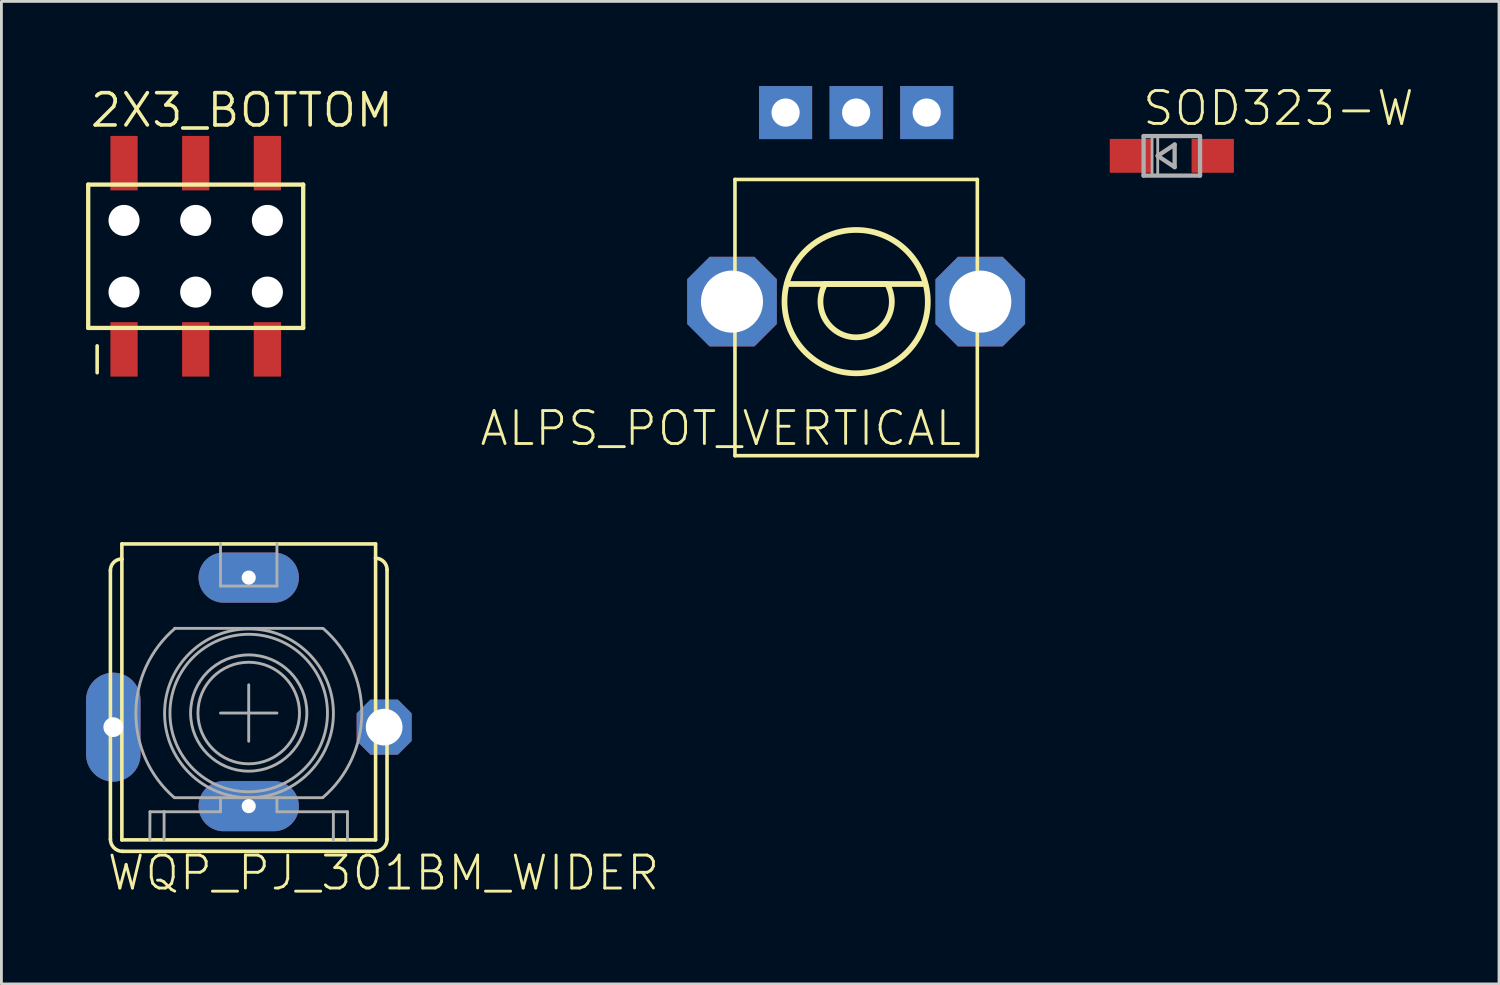
<source format=kicad_pcb>
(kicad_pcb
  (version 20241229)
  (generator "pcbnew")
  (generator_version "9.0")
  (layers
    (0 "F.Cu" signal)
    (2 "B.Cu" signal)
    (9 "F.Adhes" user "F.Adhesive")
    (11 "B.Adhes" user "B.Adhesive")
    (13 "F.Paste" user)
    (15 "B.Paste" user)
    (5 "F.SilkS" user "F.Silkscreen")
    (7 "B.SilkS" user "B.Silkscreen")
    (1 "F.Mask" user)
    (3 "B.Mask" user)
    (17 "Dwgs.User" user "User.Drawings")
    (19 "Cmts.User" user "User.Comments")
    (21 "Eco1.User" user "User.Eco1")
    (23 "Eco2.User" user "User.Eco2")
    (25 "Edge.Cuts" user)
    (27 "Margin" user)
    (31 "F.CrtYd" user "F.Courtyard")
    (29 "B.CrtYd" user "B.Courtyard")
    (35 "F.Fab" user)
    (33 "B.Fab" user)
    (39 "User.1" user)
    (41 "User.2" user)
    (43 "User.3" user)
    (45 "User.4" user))
  (footprint "WQP_PJ_301BM_WIDER"
    (layer "F.Cu")
    (at 5.765 22.221)
    (property "Reference" "WQP_PJ_301BM_WIDER" (at -5.08 6.35 0) (layer "F.SilkS") (effects (font (size 1.168 1.168) (thickness 0.102)) (justify left bottom)))
    (fp_line (start -4.902 4.47) (end -4.902 -5.055) (stroke (width 0.127) (type solid)) (layer "F.SilkS"))
    (fp_line (start -4.496 -5.994) (end 4.496 -5.994) (stroke (width 0.127) (type solid)) (layer "F.SilkS"))
    (fp_line (start -4.496 -5.461) (end -4.496 -5.994) (stroke (width 0.127) (type solid)) (layer "F.SilkS"))
    (fp_line (start -4.496 4.496) (end -4.496 -5.461) (stroke (width 0.127) (type solid)) (layer "F.SilkS"))
    (fp_line (start 4.47 4.902) (end -4.47 4.902) (stroke (width 0.127) (type solid)) (layer "F.SilkS"))
    (fp_line (start 4.496 -5.994) (end 4.496 -5.486) (stroke (width 0.127) (type solid)) (layer "F.SilkS"))
    (fp_line (start 4.496 -5.486) (end 4.496 4.496) (stroke (width 0.127) (type solid)) (layer "F.SilkS"))
    (fp_line (start 4.496 4.496) (end -4.496 4.496) (stroke (width 0.127) (type solid)) (layer "F.SilkS"))
    (fp_line (start 4.902 -5.08) (end 4.902 4.47) (stroke (width 0.127) (type solid)) (layer "F.SilkS"))
    (fp_arc (start -4.9022 -5.0546) (mid -4.783168 -5.341968) (end -4.4958 -5.461) (stroke (width 0.127) (type solid)) (layer "F.SilkS"))
    (fp_arc (start -4.4704 4.9022) (mid -4.775729 4.775729) (end -4.9022 4.4704) (stroke (width 0.127) (type solid)) (layer "F.SilkS"))
    (fp_arc (start 4.4958 -5.4864) (mid 4.783168 -5.367368) (end 4.9022 -5.08) (stroke (width 0.127) (type solid)) (layer "F.SilkS"))
    (fp_arc (start 4.9022 4.4704) (mid 4.775729 4.775729) (end 4.4704 4.9022) (stroke (width 0.127) (type solid)) (layer "F.SilkS"))
    (fp_line (start -3.505 4.496) (end -3.5 3.5) (stroke (width 0.102) (type solid)) (layer "F.Fab"))
    (fp_line (start -3.5 3.5) (end -3 3.5) (stroke (width 0.102) (type solid)) (layer "F.Fab"))
    (fp_line (start -3 3.5) (end -3 4.5) (stroke (width 0.102) (type solid)) (layer "F.Fab"))
    (fp_line (start -3 3.5) (end -1 3.5) (stroke (width 0.102) (type solid)) (layer "F.Fab"))
    (fp_line (start -2.631 -3) (end 2.62 -3) (stroke (width 0.102) (type solid)) (layer "F.Fab"))
    (fp_line (start -2.631 3) (end 2.62 3) (stroke (width 0.102) (type solid)) (layer "F.Fab"))
    (fp_line (start -1 -4.5) (end -1 -6) (stroke (width 0.102) (type solid)) (layer "F.Fab"))
    (fp_line (start -1 0) (end 1 0) (stroke (width 0.102) (type solid)) (layer "F.Fab"))
    (fp_line (start -1 3.5) (end -1 3) (stroke (width 0.102) (type solid)) (layer "F.Fab"))
    (fp_line (start 0 -1) (end 0 1) (stroke (width 0.102) (type solid)) (layer "F.Fab"))
    (fp_line (start 1 -6) (end 1 -4.5) (stroke (width 0.102) (type solid)) (layer "F.Fab"))
    (fp_line (start 1 -4.5) (end -1 -4.5) (stroke (width 0.102) (type solid)) (layer "F.Fab"))
    (fp_line (start 1 3) (end 1 3.5) (stroke (width 0.102) (type solid)) (layer "F.Fab"))
    (fp_line (start 1 3.5) (end 3 3.5) (stroke (width 0.102) (type solid)) (layer "F.Fab"))
    (fp_line (start 3 3.5) (end 3 4.5) (stroke (width 0.102) (type solid)) (layer "F.Fab"))
    (fp_line (start 3 3.5) (end 3.5 3.5) (stroke (width 0.102) (type solid)) (layer "F.Fab"))
    (fp_line (start 3.5 3.5) (end 3.5 4.5) (stroke (width 0.102) (type solid)) (layer "F.Fab"))
    (fp_arc (start -2.641998 2.994) (mid -3.999529 -0.012791) (end -2.608 -3.004) (stroke (width 0.1016) (type solid)) (layer "F.Fab"))
    (fp_arc (start 2.642 -2.994) (mid 4.007235 0.003208) (end 2.628 2.994) (stroke (width 0.1016) (type solid)) (layer "F.Fab"))
    (fp_circle (center 0 0) (end 1.8 0) (stroke (width 0.102) (type solid)) (fill no) (layer "F.Fab"))
    (fp_circle (center 0 0) (end 2.06 0) (stroke (width 0.102) (type solid)) (fill no) (layer "F.Fab"))
    (fp_circle (center 0 0) (end 2.791 0) (stroke (width 0.102) (type solid)) (fill no) (layer "F.Fab"))
    (fp_circle (center 0.01 0.01) (end 3.002 0.01) (stroke (width 0.102) (type solid)) (fill no) (layer "F.Fab"))
    (pad "GND" thru_hole oval (at -4.8 0.5 90) (size 3.861 1.93) (drill 0.7) (layers "*.Cu" "*.Mask"))
    (pad "GND2" thru_hole roundrect (at 4.8 0.5) (size 1.95 1.95) (drill 1.3) (layers "*.Cu" "*.Mask") (roundrect_rratio 0.25) (chamfer_ratio 0.25) (chamfer top_left top_right bottom_left bottom_right))
    (pad "SW" thru_hole oval (at 0 3.3) (size 3.556 1.778) (drill 0.5) (layers "*.Cu" "*.Mask"))
    (pad "TIP" thru_hole oval (at 0 -4.8) (size 3.556 1.778) (drill 0.5) (layers "*.Cu" "*.Mask")))
  (footprint "2X3_BOTTOM"
    (layer "F.Cu")
    (at 3.886 6.032)
    (property "Reference" "2X3_BOTTOM" (at -3.81 -4.508 0) (layer "F.SilkS") (effects (font (size 1.143 1.143) (thickness 0.127)) (justify left bottom)))
    (fp_line (start -3.81 -2.54) (end -3.81 2.54) (stroke (width 0.152) (type solid)) (layer "F.SilkS"))
    (fp_line (start -3.81 -2.54) (end 3.81 -2.54) (stroke (width 0.152) (type solid)) (layer "F.SilkS"))
    (fp_line (start -3.493 3.175) (end -3.493 4.128) (stroke (width 0.127) (type solid)) (layer "F.SilkS"))
    (fp_line (start 3.81 -2.54) (end 3.81 2.54) (stroke (width 0.152) (type solid)) (layer "F.SilkS"))
    (fp_line (start 3.81 2.54) (end -3.81 2.54) (stroke (width 0.152) (type solid)) (layer "F.SilkS"))
    (pad "" np_thru_hole circle (at -2.54 -1.27) (size 1.1 1.1) (drill 1.1) (layers "*.Cu" "*.Mask"))
    (pad "" np_thru_hole circle (at -2.54 1.27) (size 1.1 1.1) (drill 1.1) (layers "*.Cu" "*.Mask"))
    (pad "" np_thru_hole circle (at 0 -1.27) (size 1.1 1.1) (drill 1.1) (layers "*.Cu" "*.Mask"))
    (pad "" np_thru_hole circle (at 0 1.27) (size 1.1 1.1) (drill 1.1) (layers "*.Cu" "*.Mask"))
    (pad "" np_thru_hole circle (at 2.54 -1.27) (size 1.1 1.1) (drill 1.1) (layers "*.Cu" "*.Mask"))
    (pad "" np_thru_hole circle (at 2.54 1.27) (size 1.1 1.1) (drill 1.1) (layers "*.Cu" "*.Mask"))
    (pad "1" smd rect (at -2.54 3.3 90) (size 1.93 0.965) (layers "F.Cu" "F.Mask" "F.Paste"))
    (pad "2" smd rect (at -2.54 -3.3 90) (size 1.93 0.965) (layers "F.Cu" "F.Mask" "F.Paste"))
    (pad "3" smd rect (at 0 3.3 90) (size 1.93 0.965) (layers "F.Cu" "F.Mask" "F.Paste"))
    (pad "4" smd rect (at 0 -3.3 90) (size 1.93 0.965) (layers "F.Cu" "F.Mask" "F.Paste"))
    (pad "5" smd rect (at 2.54 3.3 90) (size 1.93 0.965) (layers "F.Cu" "F.Mask" "F.Paste"))
    (pad "6" smd rect (at 2.54 -3.3 90) (size 1.93 0.965) (layers "F.Cu" "F.Mask" "F.Paste")))
  (footprint "SOD323-W"
    (layer "F.Cu")
    (at 38.481 2.473)
    (property "Reference" "SOD323-W" (at -1.1 -1 0) (layer "F.SilkS") (effects (font (size 1.168 1.168) (thickness 0.102)) (justify left bottom)))
    (fp_line (start -1 -0.7) (end 1 -0.7) (stroke (width 0.152) (type solid)) (layer "F.Fab"))
    (fp_line (start -1 0.7) (end -1 -0.7) (stroke (width 0.152) (type solid)) (layer "F.Fab"))
    (fp_line (start -0.5 0) (end 0.1 -0.4) (stroke (width 0.152) (type solid)) (layer "F.Fab"))
    (fp_line (start 0.1 -0.4) (end 0.1 0.4) (stroke (width 0.152) (type solid)) (layer "F.Fab"))
    (fp_line (start 0.1 0.4) (end -0.5 0) (stroke (width 0.152) (type solid)) (layer "F.Fab"))
    (fp_line (start 1 -0.7) (end 1 0.7) (stroke (width 0.152) (type solid)) (layer "F.Fab"))
    (fp_line (start 1 0.7) (end -1 0.7) (stroke (width 0.152) (type solid)) (layer "F.Fab"))
    (fp_poly (pts (xy -0.7 0.7) (xy -0.5 0.7) (xy -0.5 -0.7) (xy -0.7 -0.7)) (stroke (width 0.1) (type solid)) (fill no) (layer "F.Fab"))
    (pad "A" smd rect (at 1.45 0) (size 1.5 1.2) (layers "F.Cu" "F.Mask" "F.Paste"))
    (pad "C" smd rect (at -1.45 0) (size 1.5 1.2) (layers "F.Cu" "F.Mask" "F.Paste")))
  (footprint "ALPS_POT_VERTICAL"
    (layer "F.Cu")
    (at 27.293 7.64)
    (property "Reference" "ALPS_POT_VERTICAL" (at 3.81 3.81 0) (layer "F.SilkS") (effects (font (size 1.168 1.168) (thickness 0.102)) (justify right top)))
    (fp_line (start -4.295 -4.33) (end 4.295 -4.33) (stroke (width 0.127) (type solid)) (layer "F.SilkS"))
    (fp_line (start -4.295 5.46) (end -4.295 -4.33) (stroke (width 0.127) (type solid)) (layer "F.SilkS"))
    (fp_line (start -2.45 -0.625) (end 2.425 -0.625) (stroke (width 0.203) (type solid)) (layer "F.SilkS"))
    (fp_line (start -1.1 -0.625) (end 1.1 -0.625) (stroke (width 0.203) (type solid)) (layer "F.SilkS"))
    (fp_line (start 4.295 -4.33) (end 4.295 5.46) (stroke (width 0.127) (type solid)) (layer "F.SilkS"))
    (fp_line (start 4.295 5.46) (end -4.295 5.46) (stroke (width 0.127) (type solid)) (layer "F.SilkS"))
    (fp_arc (start 1.1 -0.625) (mid 0 1.265158) (end -1.1 -0.625) (stroke (width 0.2032) (type solid)) (layer "F.SilkS"))
    (fp_circle (center 0 0) (end 2.54 0) (stroke (width 0.203) (type solid)) (fill no) (layer "F.SilkS"))
    (pad "P$1" thru_hole rect (at -2.5 -6.7 270) (size 1.88 1.88) (drill 1) (layers "*.Cu" "*.Mask"))
    (pad "P$2" thru_hole rect (at 0 -6.7 270) (size 1.88 1.88) (drill 1) (layers "*.Cu" "*.Mask"))
    (pad "P$3" thru_hole rect (at 2.5 -6.7 270) (size 1.88 1.88) (drill 1) (layers "*.Cu" "*.Mask"))
    (pad "P$4" thru_hole roundrect (at -4.4 0 270) (size 3.175 3.175) (drill 2.2) (layers "*.Cu" "*.Mask") (roundrect_rratio 0.25) (chamfer_ratio 0.25) (chamfer top_left top_right bottom_left bottom_right))
    (pad "P$5" thru_hole roundrect (at 4.4 0 270) (size 3.175 3.175) (drill 2.2) (layers "*.Cu" "*.Mask") (roundrect_rratio 0.25) (chamfer_ratio 0.25) (chamfer top_left top_right bottom_left bottom_right)))
  (gr_rect
    (start -3 -3)
    (end 50.077 31.822)
    (stroke (width 0.1) (type default))
    (fill no)
    (layer "Edge.Cuts")))
</source>
